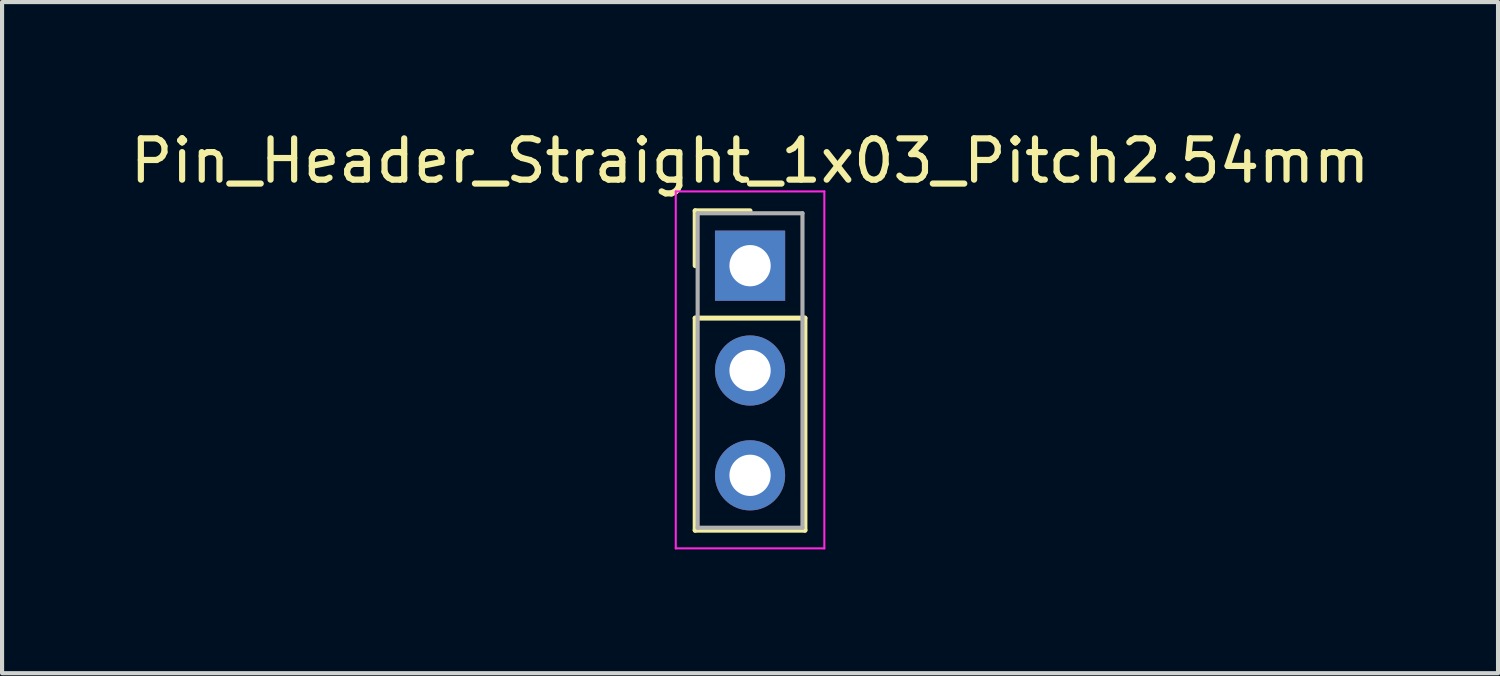
<source format=kicad_pcb>
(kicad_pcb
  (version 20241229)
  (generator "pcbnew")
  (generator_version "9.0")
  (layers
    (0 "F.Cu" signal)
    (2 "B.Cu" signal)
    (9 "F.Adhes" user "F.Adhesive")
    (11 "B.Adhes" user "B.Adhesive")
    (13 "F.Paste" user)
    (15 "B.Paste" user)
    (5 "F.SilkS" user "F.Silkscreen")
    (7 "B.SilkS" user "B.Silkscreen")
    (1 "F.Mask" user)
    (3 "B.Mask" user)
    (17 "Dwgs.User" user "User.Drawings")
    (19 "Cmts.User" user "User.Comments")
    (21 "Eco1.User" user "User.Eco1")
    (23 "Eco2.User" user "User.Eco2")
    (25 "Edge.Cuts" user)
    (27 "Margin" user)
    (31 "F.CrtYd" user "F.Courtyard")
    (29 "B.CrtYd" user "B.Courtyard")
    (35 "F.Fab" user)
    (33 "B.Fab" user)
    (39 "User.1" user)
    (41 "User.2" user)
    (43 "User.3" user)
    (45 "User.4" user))
  (footprint "Pin_Header_Straight_1x03_Pitch2.54mm"
    (layer "F.Cu")
    (at 15.125 3.388)
    (property "Reference" "Pin_Header_Straight_1x03_Pitch2.54mm" (at 0 -2.54 0) (layer "F.SilkS") (effects (font (size 1 1) (thickness 0.15))))
    (attr through_hole)
    (fp_line (start -1.33 -1.33) (end 0 -1.33) (stroke (width 0.12) (type solid)) (layer "F.SilkS"))
    (fp_line (start -1.33 0) (end -1.33 -1.33) (stroke (width 0.12) (type solid)) (layer "F.SilkS"))
    (fp_line (start -1.33 1.27) (end -1.33 6.41) (stroke (width 0.12) (type solid)) (layer "F.SilkS"))
    (fp_line (start -1.33 6.41) (end 1.33 6.41) (stroke (width 0.12) (type solid)) (layer "F.SilkS"))
    (fp_line (start 1.33 1.27) (end -1.33 1.27) (stroke (width 0.12) (type solid)) (layer "F.SilkS"))
    (fp_line (start 1.33 6.41) (end 1.33 1.27) (stroke (width 0.12) (type solid)) (layer "F.SilkS"))
    (fp_line (start -1.8 -1.8) (end -1.8 6.85) (stroke (width 0.05) (type solid)) (layer "F.CrtYd"))
    (fp_line (start -1.8 6.85) (end 1.8 6.85) (stroke (width 0.05) (type solid)) (layer "F.CrtYd"))
    (fp_line (start 1.8 -1.8) (end -1.8 -1.8) (stroke (width 0.05) (type solid)) (layer "F.CrtYd"))
    (fp_line (start 1.8 6.85) (end 1.8 -1.8) (stroke (width 0.05) (type solid)) (layer "F.CrtYd"))
    (fp_line (start -1.27 -1.27) (end -1.27 6.35) (stroke (width 0.1) (type solid)) (layer "F.Fab"))
    (fp_line (start -1.27 6.35) (end 1.27 6.35) (stroke (width 0.1) (type solid)) (layer "F.Fab"))
    (fp_line (start 1.27 -1.27) (end -1.27 -1.27) (stroke (width 0.1) (type solid)) (layer "F.Fab"))
    (fp_line (start 1.27 6.35) (end 1.27 -1.27) (stroke (width 0.1) (type solid)) (layer "F.Fab"))
    (pad "1" thru_hole rect (at 0 0) (size 1.7 1.7) (drill 1) (layers "*.Cu" "*.Mask"))
    (pad "2" thru_hole oval (at 0 2.54) (size 1.7 1.7) (drill 1) (layers "*.Cu" "*.Mask"))
    (pad "3" thru_hole oval (at 0 5.08) (size 1.7 1.7) (drill 1) (layers "*.Cu" "*.Mask")))
  (gr_rect
    (start -3 -3)
    (end 33.25 13.263)
    (stroke (width 0.1) (type default))
    (fill no)
    (layer "Edge.Cuts")))
</source>
